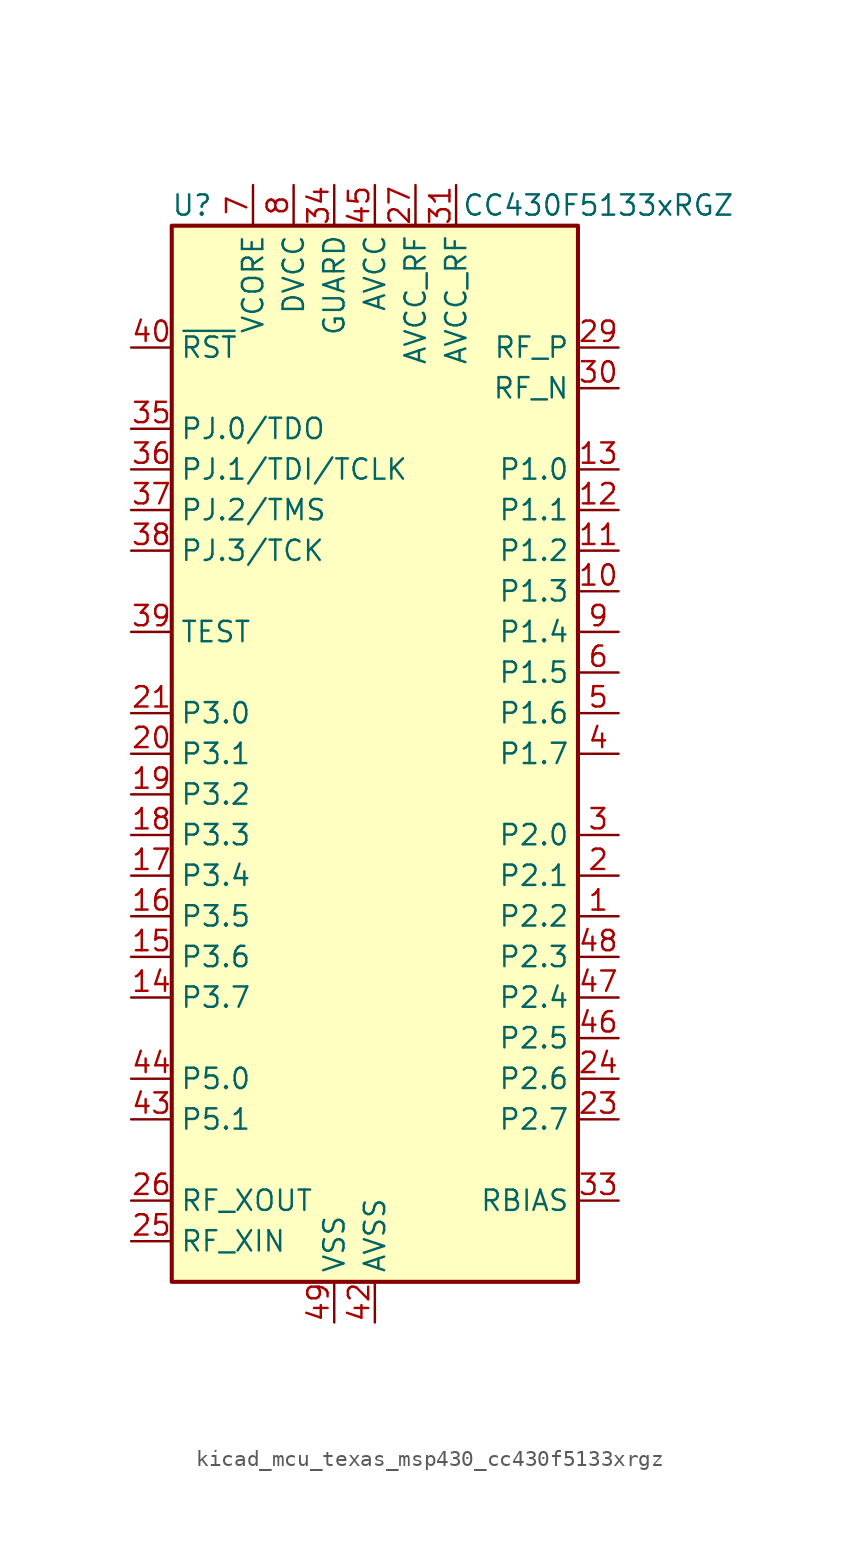
<source format=kicad_sym>
(kicad_symbol_lib
  (version 20220914)
  (generator kicad_symbol_editor)
  (symbol "kicad_mcu_texas_msp430_cc430f5133xrgz"
    (property "Reference" "U"
      (at -11.43 34.29 0)
      (effects (font (size 1.27 1.27))))
    (property "Value" "CC430F5133xRGZ"
      (at 13.97 34.29 0)
      (effects (font (size 1.27 1.27))))
    (symbol "kicad_mcu_texas_msp430_cc430f5133xrgz_0_1"
      (rectangle (start -12.7 33.02) (end 12.7 -33.02) (stroke (width 0.254) (type default)) (fill (type background))))
    (symbol "kicad_mcu_texas_msp430_cc430f5133xrgz_1_1"
      (pin bidirectional line (at 15.24 -10.16 180) (length 2.54) (name "P2.2" (effects (font (size 1.27 1.27)))) (number "1" (effects (font (size 1.27 1.27)))))
      (pin bidirectional line (at 15.24 10.16 180) (length 2.54) (name "P1.3" (effects (font (size 1.27 1.27)))) (number "10" (effects (font (size 1.27 1.27)))))
      (pin bidirectional line (at 15.24 12.7 180) (length 2.54) (name "P1.2" (effects (font (size 1.27 1.27)))) (number "11" (effects (font (size 1.27 1.27)))))
      (pin bidirectional line (at 15.24 15.24 180) (length 2.54) (name "P1.1" (effects (font (size 1.27 1.27)))) (number "12" (effects (font (size 1.27 1.27)))))
      (pin bidirectional line (at 15.24 17.78 180) (length 2.54) (name "P1.0" (effects (font (size 1.27 1.27)))) (number "13" (effects (font (size 1.27 1.27)))))
      (pin bidirectional line (at -15.24 -15.24 0) (length 2.54) (name "P3.7" (effects (font (size 1.27 1.27)))) (number "14" (effects (font (size 1.27 1.27)))))
      (pin bidirectional line (at -15.24 -12.7 0) (length 2.54) (name "P3.6" (effects (font (size 1.27 1.27)))) (number "15" (effects (font (size 1.27 1.27)))))
      (pin bidirectional line (at -15.24 -10.16 0) (length 2.54) (name "P3.5" (effects (font (size 1.27 1.27)))) (number "16" (effects (font (size 1.27 1.27)))))
      (pin bidirectional line (at -15.24 -7.62 0) (length 2.54) (name "P3.4" (effects (font (size 1.27 1.27)))) (number "17" (effects (font (size 1.27 1.27)))))
      (pin bidirectional line (at -15.24 -5.08 0) (length 2.54) (name "P3.3" (effects (font (size 1.27 1.27)))) (number "18" (effects (font (size 1.27 1.27)))))
      (pin bidirectional line (at -15.24 -2.54 0) (length 2.54) (name "P3.2" (effects (font (size 1.27 1.27)))) (number "19" (effects (font (size 1.27 1.27)))))
      (pin bidirectional line (at 15.24 -7.62 180) (length 2.54) (name "P2.1" (effects (font (size 1.27 1.27)))) (number "2" (effects (font (size 1.27 1.27)))))
      (pin bidirectional line (at -15.24 0 0) (length 2.54) (name "P3.1" (effects (font (size 1.27 1.27)))) (number "20" (effects (font (size 1.27 1.27)))))
      (pin bidirectional line (at -15.24 2.54 0) (length 2.54) (name "P3.0" (effects (font (size 1.27 1.27)))) (number "21" (effects (font (size 1.27 1.27)))))
      (pin passive line (at -5.08 35.56 270) (length 2.54) hide (name "DVCC" (effects (font (size 1.27 1.27)))) (number "22" (effects (font (size 1.27 1.27)))))
      (pin bidirectional line (at 15.24 -22.86 180) (length 2.54) (name "P2.7" (effects (font (size 1.27 1.27)))) (number "23" (effects (font (size 1.27 1.27)))))
      (pin bidirectional line (at 15.24 -20.32 180) (length 2.54) (name "P2.6" (effects (font (size 1.27 1.27)))) (number "24" (effects (font (size 1.27 1.27)))))
      (pin input line (at -15.24 -30.48 0) (length 2.54) (name "RF_XIN" (effects (font (size 1.27 1.27)))) (number "25" (effects (font (size 1.27 1.27)))))
      (pin output line (at -15.24 -27.94 0) (length 2.54) (name "RF_XOUT" (effects (font (size 1.27 1.27)))) (number "26" (effects (font (size 1.27 1.27)))))
      (pin power_in line (at 2.54 35.56 270) (length 2.54) (name "AVCC_RF" (effects (font (size 1.27 1.27)))) (number "27" (effects (font (size 1.27 1.27)))))
      (pin passive line (at 2.54 35.56 270) (length 2.54) hide (name "AVCC_RF" (effects (font (size 1.27 1.27)))) (number "28" (effects (font (size 1.27 1.27)))))
      (pin passive line (at 15.24 25.4 180) (length 2.54) (name "RF_P" (effects (font (size 1.27 1.27)))) (number "29" (effects (font (size 1.27 1.27)))))
      (pin bidirectional line (at 15.24 -5.08 180) (length 2.54) (name "P2.0" (effects (font (size 1.27 1.27)))) (number "3" (effects (font (size 1.27 1.27)))))
      (pin passive line (at 15.24 22.86 180) (length 2.54) (name "RF_N" (effects (font (size 1.27 1.27)))) (number "30" (effects (font (size 1.27 1.27)))))
      (pin power_in line (at 5.08 35.56 270) (length 2.54) (name "AVCC_RF" (effects (font (size 1.27 1.27)))) (number "31" (effects (font (size 1.27 1.27)))))
      (pin passive line (at 5.08 35.56 270) (length 2.54) hide (name "AVCC_RF" (effects (font (size 1.27 1.27)))) (number "32" (effects (font (size 1.27 1.27)))))
      (pin passive line (at 15.24 -27.94 180) (length 2.54) (name "RBIAS" (effects (font (size 1.27 1.27)))) (number "33" (effects (font (size 1.27 1.27)))))
      (pin power_in line (at -2.54 35.56 270) (length 2.54) (name "GUARD" (effects (font (size 1.27 1.27)))) (number "34" (effects (font (size 1.27 1.27)))))
      (pin bidirectional line (at -15.24 20.32 0) (length 2.54) (name "PJ.0/TDO" (effects (font (size 1.27 1.27)))) (number "35" (effects (font (size 1.27 1.27)))))
      (pin bidirectional line (at -15.24 17.78 0) (length 2.54) (name "PJ.1/TDI/TCLK" (effects (font (size 1.27 1.27)))) (number "36" (effects (font (size 1.27 1.27)))))
      (pin bidirectional line (at -15.24 15.24 0) (length 2.54) (name "PJ.2/TMS" (effects (font (size 1.27 1.27)))) (number "37" (effects (font (size 1.27 1.27)))))
      (pin bidirectional line (at -15.24 12.7 0) (length 2.54) (name "PJ.3/TCK" (effects (font (size 1.27 1.27)))) (number "38" (effects (font (size 1.27 1.27)))))
      (pin bidirectional line (at -15.24 7.62 0) (length 2.54) (name "TEST" (effects (font (size 1.27 1.27)))) (number "39" (effects (font (size 1.27 1.27)))))
      (pin bidirectional line (at 15.24 0 180) (length 2.54) (name "P1.7" (effects (font (size 1.27 1.27)))) (number "4" (effects (font (size 1.27 1.27)))))
      (pin input line (at -15.24 25.4 0) (length 2.54) (name "~{RST}" (effects (font (size 1.27 1.27)))) (number "40" (effects (font (size 1.27 1.27)))))
      (pin passive line (at -5.08 35.56 270) (length 2.54) hide (name "DVCC" (effects (font (size 1.27 1.27)))) (number "41" (effects (font (size 1.27 1.27)))))
      (pin power_in line (at 0 -35.56 90) (length 2.54) (name "AVSS" (effects (font (size 1.27 1.27)))) (number "42" (effects (font (size 1.27 1.27)))))
      (pin bidirectional line (at -15.24 -22.86 0) (length 2.54) (name "P5.1" (effects (font (size 1.27 1.27)))) (number "43" (effects (font (size 1.27 1.27)))))
      (pin bidirectional line (at -15.24 -20.32 0) (length 2.54) (name "P5.0" (effects (font (size 1.27 1.27)))) (number "44" (effects (font (size 1.27 1.27)))))
      (pin power_in line (at 0 35.56 270) (length 2.54) (name "AVCC" (effects (font (size 1.27 1.27)))) (number "45" (effects (font (size 1.27 1.27)))))
      (pin bidirectional line (at 15.24 -17.78 180) (length 2.54) (name "P2.5" (effects (font (size 1.27 1.27)))) (number "46" (effects (font (size 1.27 1.27)))))
      (pin bidirectional line (at 15.24 -15.24 180) (length 2.54) (name "P2.4" (effects (font (size 1.27 1.27)))) (number "47" (effects (font (size 1.27 1.27)))))
      (pin bidirectional line (at 15.24 -12.7 180) (length 2.54) (name "P2.3" (effects (font (size 1.27 1.27)))) (number "48" (effects (font (size 1.27 1.27)))))
      (pin power_in line (at -2.54 -35.56 90) (length 2.54) (name "VSS" (effects (font (size 1.27 1.27)))) (number "49" (effects (font (size 1.27 1.27)))))
      (pin bidirectional line (at 15.24 2.54 180) (length 2.54) (name "P1.6" (effects (font (size 1.27 1.27)))) (number "5" (effects (font (size 1.27 1.27)))))
      (pin bidirectional line (at 15.24 5.08 180) (length 2.54) (name "P1.5" (effects (font (size 1.27 1.27)))) (number "6" (effects (font (size 1.27 1.27)))))
      (pin power_in line (at -7.62 35.56 270) (length 2.54) (name "VCORE" (effects (font (size 1.27 1.27)))) (number "7" (effects (font (size 1.27 1.27)))))
      (pin power_in line (at -5.08 35.56 270) (length 2.54) (name "DVCC" (effects (font (size 1.27 1.27)))) (number "8" (effects (font (size 1.27 1.27)))))
      (pin bidirectional line (at 15.24 7.62 180) (length 2.54) (name "P1.4" (effects (font (size 1.27 1.27)))) (number "9" (effects (font (size 1.27 1.27))))))))
</source>
